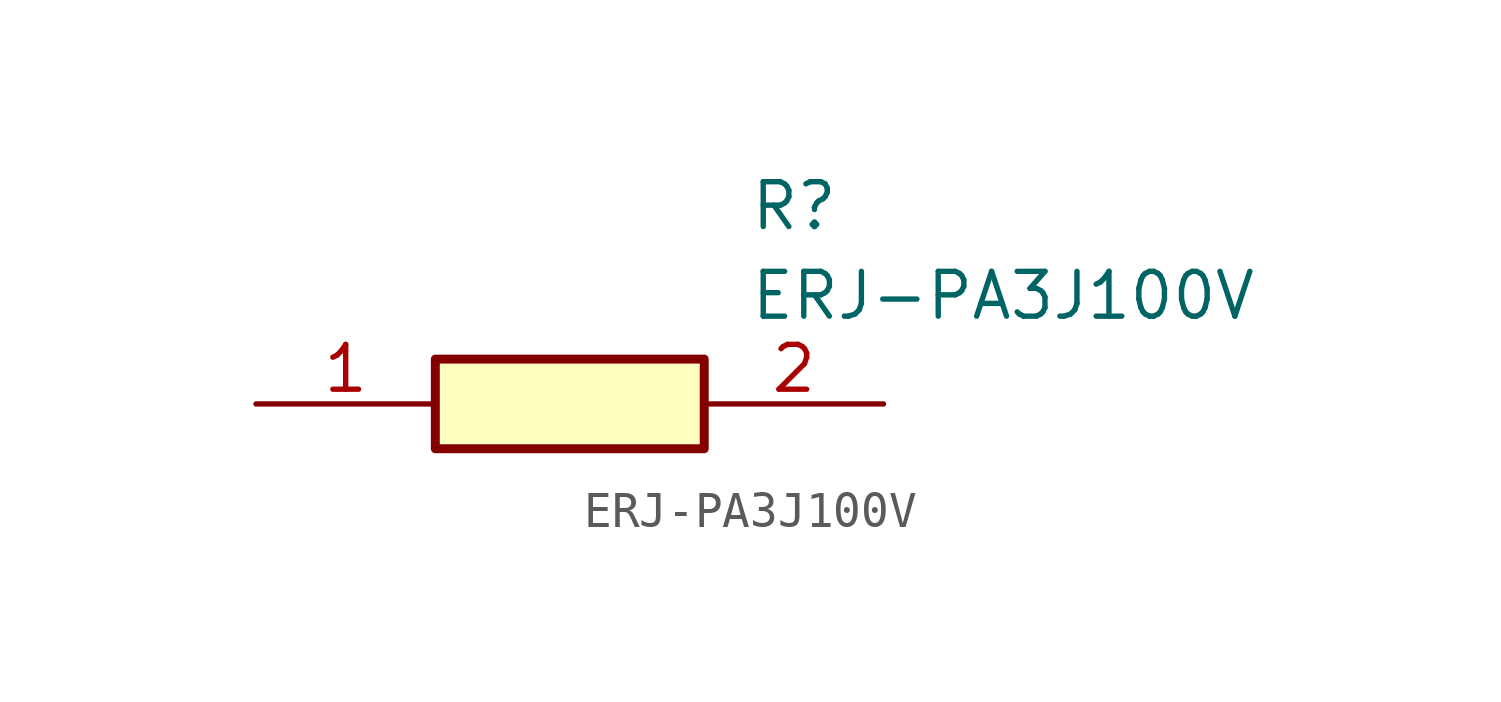
<source format=kicad_sym>
(kicad_symbol_lib
  (version 20211014)
  (generator SamacSys_ECAD_Model)
  (symbol "ERJ-PA3J100V"
    (pin_names hide)
    (property "Reference" "R"
      (at 13.97 6.35 0)
      (effects (font (size 1.27 1.27)) (justify left top)))
    (property "Value" "ERJ-PA3J100V"
      (at 13.97 3.81 0)
      (effects (font (size 1.27 1.27)) (justify left top)))
    (rectangle
      (start 5.08 1.27)
      (end 12.7 -1.27)
      (stroke (width 0.254) (type default))
      (fill (type background)))
    (pin passive line
      (at 0 0 0)
      (length 5.08)
      (name "1" (effects (font (size 1.27 1.27))))
      (number "1" (effects (font (size 1.27 1.27)))))
    (pin passive line
      (at 17.78 0 180)
      (length 5.08)
      (name "2" (effects (font (size 1.27 1.27))))
      (number "2" (effects (font (size 1.27 1.27)))))))
</source>
